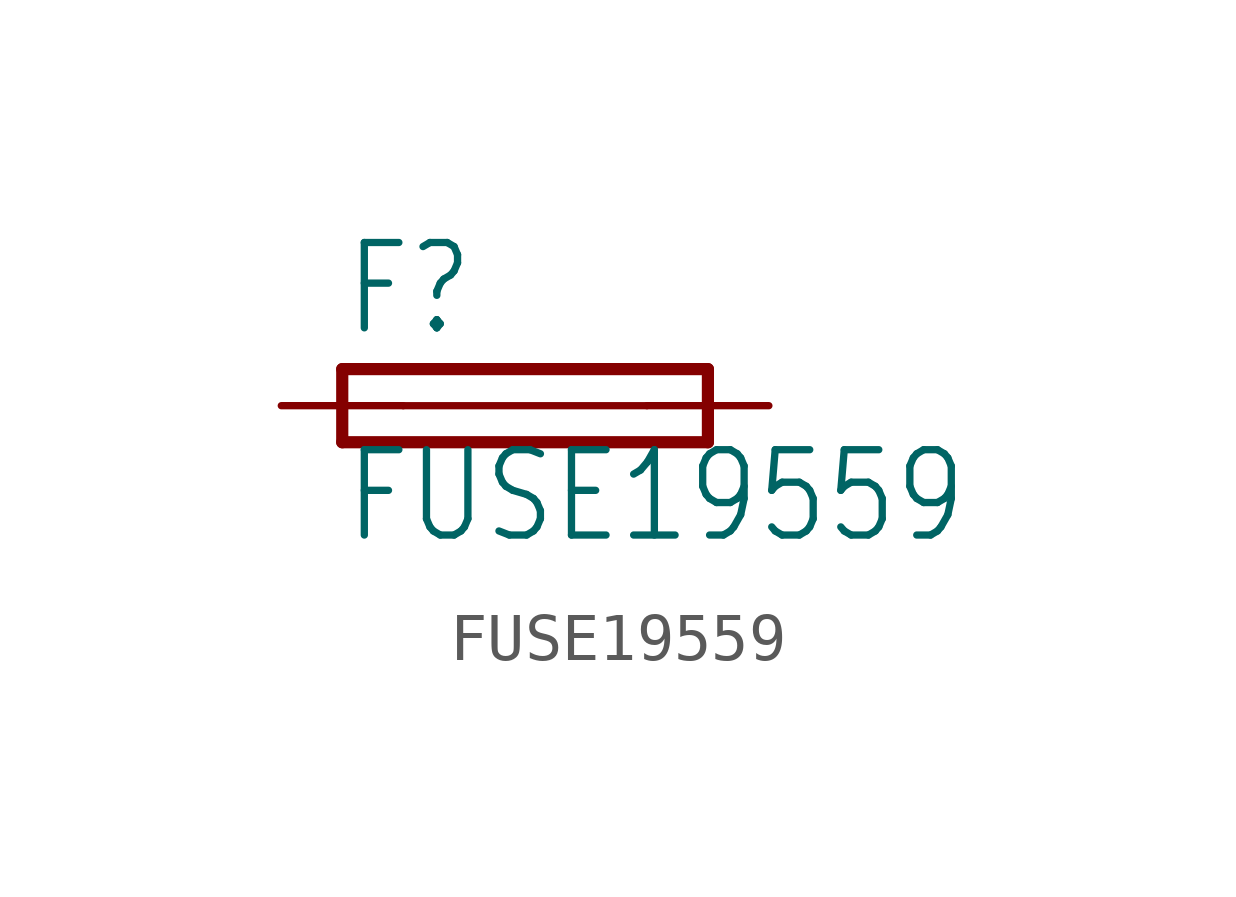
<source format=kicad_sym>
(kicad_symbol_lib
  (version 20200126)
  (host kicad_symbol_editor "5.99.0-unknown-aa7ce74~88~ubuntu18.04.1")
  (symbol "FUSE19559"
    (property "Reference" "F"
      (at -3.81 1.397 0)
      (effects (font (size 1.778 1.511)) (justify left bottom)))
    (property "Value" "FUSE19559"
      (at -3.81 -2.921 0)
      (effects (font (size 1.778 1.511)) (justify left bottom)))
    (property "ki_locked" ""
      (at 0 0 0)
      (effects (font (size 1.27 1.27))))
    (symbol "FUSE19559_1_0"
      (polyline (pts (xy -3.81 -0.762) (xy 3.81 -0.762)) (stroke (width 0.254)) (fill (type none)))
      (polyline (pts (xy 3.81 0.762) (xy -3.81 0.762)) (stroke (width 0.254)) (fill (type none)))
      (polyline (pts (xy 3.81 -0.762) (xy 3.81 0.762)) (stroke (width 0.254)) (fill (type none)))
      (polyline (pts (xy -3.81 0.762) (xy -3.81 -0.762)) (stroke (width 0.254)) (fill (type none)))
      (polyline (pts (xy -2.54 0) (xy 2.54 0)) (stroke (width 0.152)) (fill (type none)))
      (pin passive line (at 5.08 0 180) (length 2.54) (name "2" (effects (font (size 0 0)))) (number "2" (effects (font (size 0 0)))))
      (pin passive line (at -5.08 0 0) (length 2.54) (name "1" (effects (font (size 0 0)))) (number "1" (effects (font (size 0 0))))))))
</source>
